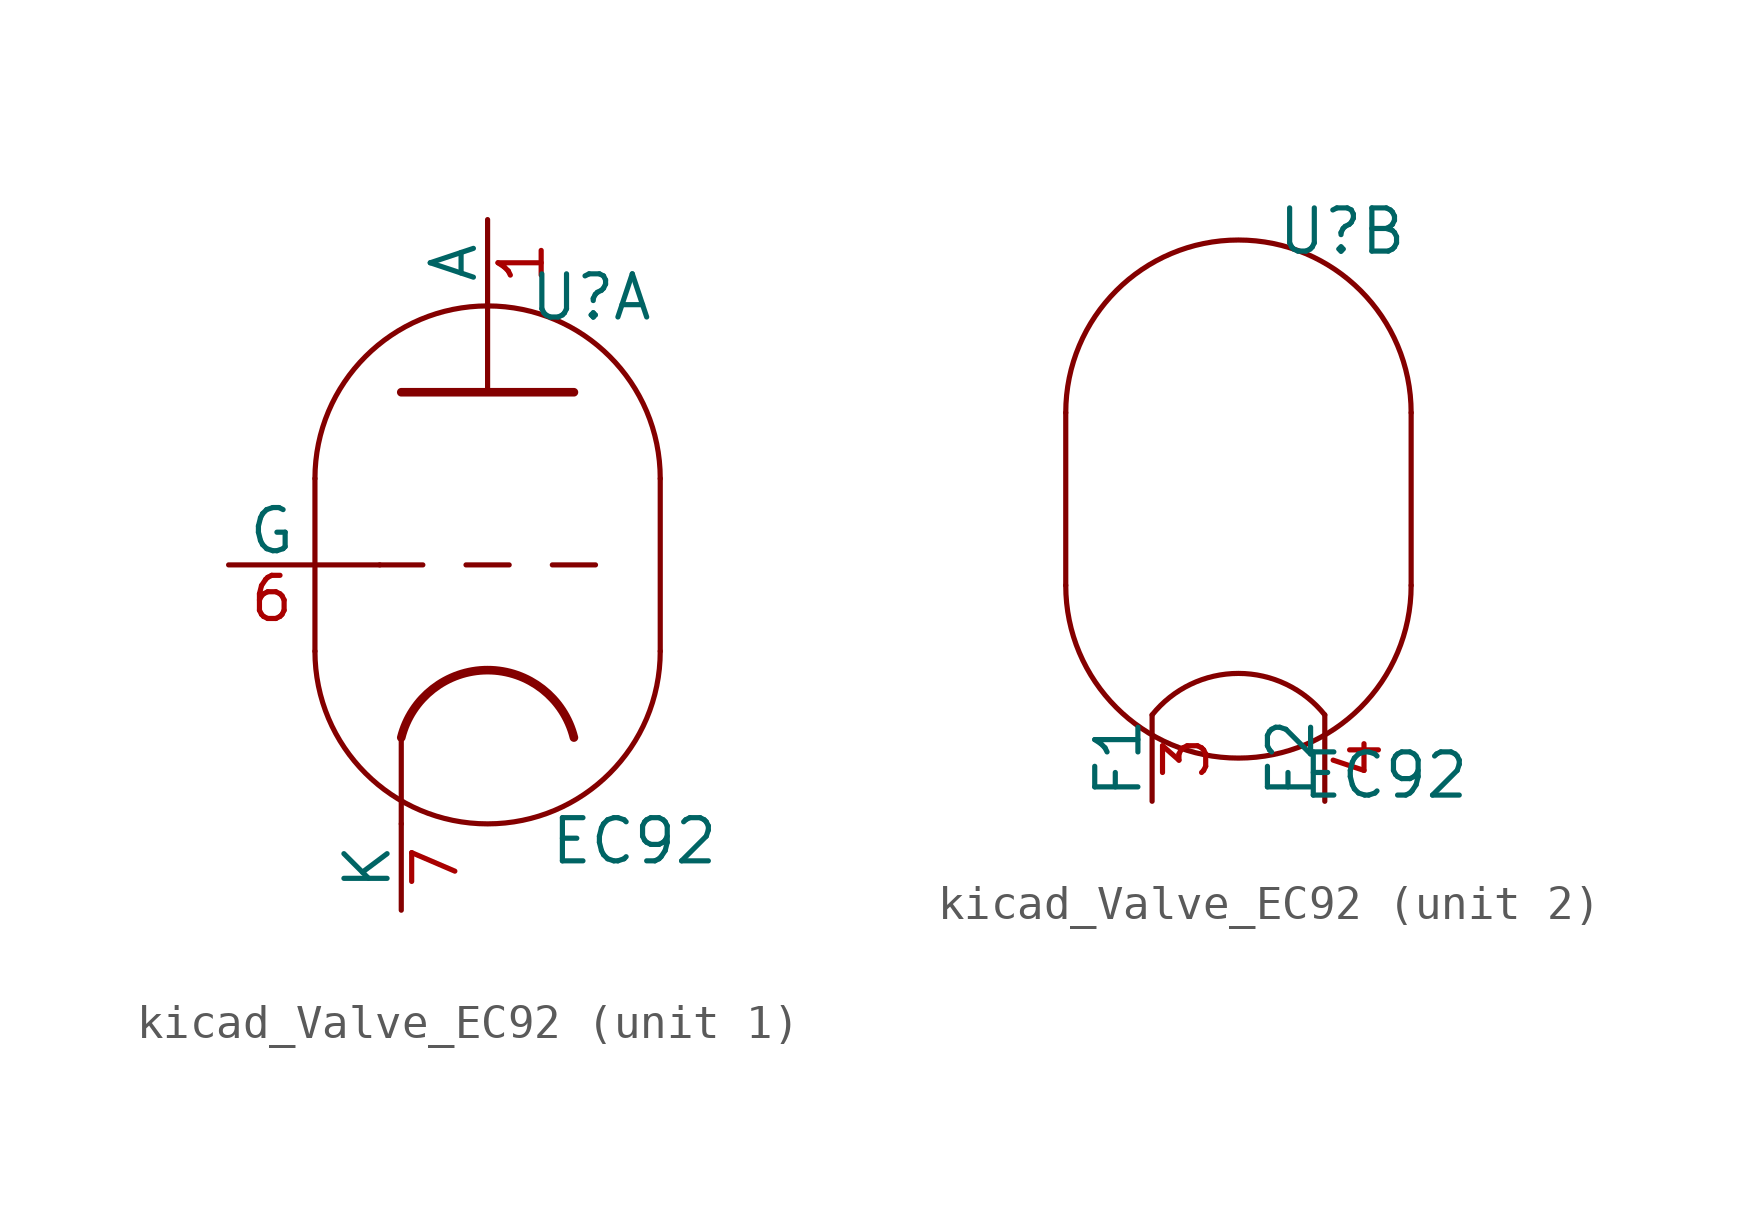
<source format=kicad_sym>
(kicad_symbol_lib
  (version 20220914)
  (generator kicad_symbol_editor)
  (symbol "kicad_Valve_EC92"
    (pin_names
      (offset 0))
    (property "Reference" "U"
      (at 3.048 7.874 0)
      (effects (font (size 1.27 1.27))))
    (property "Value" "EC92"
      (at 4.318 -8.128 0)
      (effects (font (size 1.27 1.27))))
    (property "ki_locked" ""
      (at 0 0 0)
      (effects (font (size 1.27 1.27))))
    (symbol "kicad_Valve_EC92_0_1"
      (arc (start -5.08 -2.54) (mid 0 -7.5979) (end 5.08 -2.54) (stroke (width 0) (type default)) (fill (type none)))
      (polyline (pts (xy 5.08 2.54) (xy 5.08 -2.54)) (stroke (width 0) (type default)) (fill (type none)))
      (polyline (pts (xy -5.08 2.54) (xy -5.08 -2.54) (xy -5.08 -2.54)) (stroke (width 0) (type default)) (fill (type none)))
      (arc (start 5.08 2.54) (mid 0 7.5979) (end -5.08 2.54) (stroke (width 0) (type default)) (fill (type none))))
    (symbol "kicad_Valve_EC92_1_0"
      (polyline (pts (xy -2.54 -5.08) (xy -2.54 -7.62)) (stroke (width 0) (type default)) (fill (type none)))
      (polyline (pts (xy -1.905 0) (xy -3.175 0)) (stroke (width 0.152) (type default)) (fill (type none)))
      (polyline (pts (xy -0.635 0) (xy 0.635 0)) (stroke (width 0.152) (type default)) (fill (type none)))
      (polyline (pts (xy 0 5.08) (xy 0 7.62)) (stroke (width 0) (type default)) (fill (type none)))
      (polyline (pts (xy 1.905 0) (xy 3.175 0)) (stroke (width 0.152) (type default)) (fill (type none))))
    (symbol "kicad_Valve_EC92_1_1"
      (polyline (pts (xy -5.08 0) (xy -3.175 0)) (stroke (width 0) (type default)) (fill (type none)))
      (polyline (pts (xy -2.54 5.08) (xy 2.54 5.08) (xy 2.54 5.08)) (stroke (width 0.254) (type default)) (fill (type none)))
      (arc (start 2.54 -5.08) (mid 0 -3.0968) (end -2.54 -5.08) (stroke (width 0.254) (type default)) (fill (type none)))
      (pin output line (at 0 10.16 270) (length 2.54) (name "A" (effects (font (size 1.27 1.27)))) (number "1" (effects (font (size 1.27 1.27)))))
      (pin input line (at -7.62 0 0) (length 2.54) (name "G" (effects (font (size 1.27 1.27)))) (number "6" (effects (font (size 1.27 1.27)))))
      (pin bidirectional line (at -2.54 -10.16 90) (length 2.54) (name "K" (effects (font (size 1.27 1.27)))) (number "7" (effects (font (size 1.27 1.27))))))
    (symbol "kicad_Valve_EC92_2_1"
      (arc (start 2.54 -6.35) (mid 0 -5.1292) (end -2.54 -6.35) (stroke (width 0) (type default)) (fill (type none)))
      (pin power_in line (at -2.54 -8.89 90) (length 2.54) (name "F1" (effects (font (size 1.27 1.27)))) (number "3" (effects (font (size 1.27 1.27)))))
      (pin power_in line (at 2.54 -8.89 90) (length 2.54) (name "F2" (effects (font (size 1.27 1.27)))) (number "4" (effects (font (size 1.27 1.27))))))))
</source>
